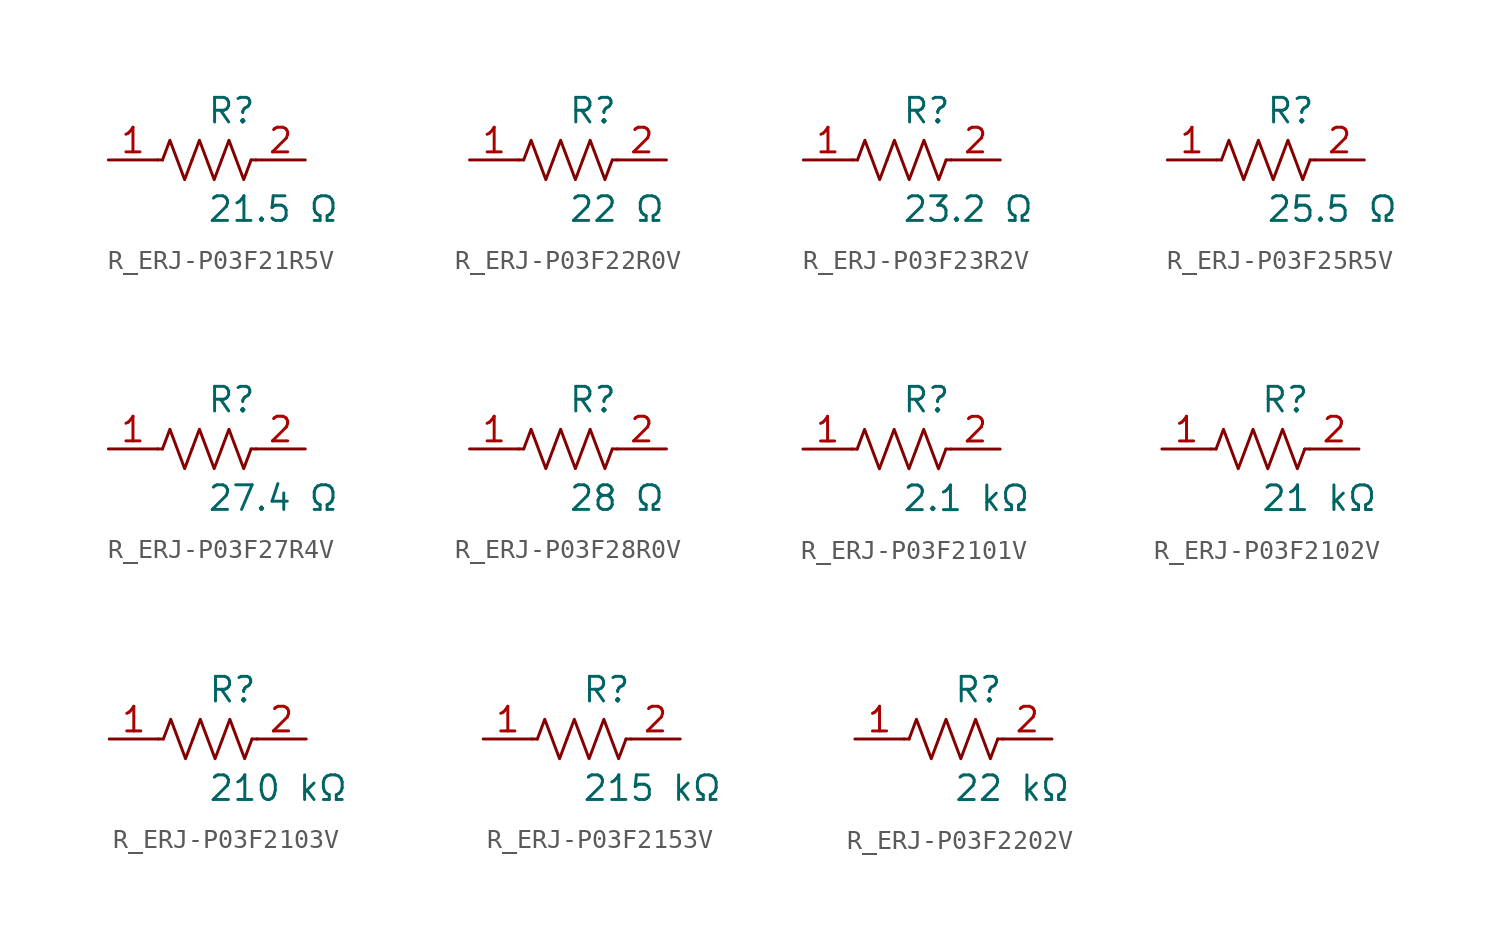
<source format=kicad_sym>
(kicad_symbol_lib
  (version 20231120)
  (generator kicad_symbol_editor)
  (generator_version 8.0)
  (symbol "R_ERJ-P03F21R5V"
    (pin_names
      (offset 0.254))
    (property "Reference" "R"
      (at 0.0 2.54 0)
      (effects (font (size 1.27 1.27)) (justify left)))
    (property "Value" "21.5 Ω"
      (at 0.0 -2.54 0)
      (effects (font (size 1.27 1.27)) (justify left)))
    (symbol "R_ERJ-P03F21R5V_0_1"
      (polyline (pts (xy 2.286 0) (xy 2.54 0)) (stroke (width 0) (type default)) (fill (type none)))
      (polyline (pts (xy -2.286 0) (xy -2.54 0)) (stroke (width 0) (type default)) (fill (type none)))
      (polyline (pts (xy 0.762 0) (xy 1.143 1.016) (xy 1.524 0) (xy 1.905 -1.016) (xy 2.286 0)) (stroke (width 0) (type default)) (fill (type none)))
      (polyline (pts (xy -0.762 0) (xy -0.381 1.016) (xy 0 0) (xy 0.381 -1.016) (xy 0.762 0)) (stroke (width 0) (type default)) (fill (type none)))
      (polyline (pts (xy -2.286 0) (xy -1.905 1.016) (xy -1.524 0) (xy -1.143 -1.016) (xy -0.762 0)) (stroke (width 0) (type default)) (fill (type none))))
    (pin unspecified line
      (at -5.08 0 0)
      (length 2.54)
      (name "" (effects (font (size 1.27 1.27))))
      (number "1" (effects (font (size 1.27 1.27)))))
    (pin unspecified line
      (at 5.08 0 180)
      (length 2.54)
      (name "" (effects (font (size 1.27 1.27))))
      (number "2" (effects (font (size 1.27 1.27))))))
  (symbol "R_ERJ-P03F22R0V"
    (pin_names
      (offset 0.254))
    (property "Reference" "R"
      (at 0.0 2.54 0)
      (effects (font (size 1.27 1.27)) (justify left)))
    (property "Value" "22 Ω"
      (at 0.0 -2.54 0)
      (effects (font (size 1.27 1.27)) (justify left)))
    (symbol "R_ERJ-P03F22R0V_0_1"
      (polyline (pts (xy 2.286 0) (xy 2.54 0)) (stroke (width 0) (type default)) (fill (type none)))
      (polyline (pts (xy -2.286 0) (xy -2.54 0)) (stroke (width 0) (type default)) (fill (type none)))
      (polyline (pts (xy 0.762 0) (xy 1.143 1.016) (xy 1.524 0) (xy 1.905 -1.016) (xy 2.286 0)) (stroke (width 0) (type default)) (fill (type none)))
      (polyline (pts (xy -0.762 0) (xy -0.381 1.016) (xy 0 0) (xy 0.381 -1.016) (xy 0.762 0)) (stroke (width 0) (type default)) (fill (type none)))
      (polyline (pts (xy -2.286 0) (xy -1.905 1.016) (xy -1.524 0) (xy -1.143 -1.016) (xy -0.762 0)) (stroke (width 0) (type default)) (fill (type none))))
    (pin unspecified line
      (at -5.08 0 0)
      (length 2.54)
      (name "" (effects (font (size 1.27 1.27))))
      (number "1" (effects (font (size 1.27 1.27)))))
    (pin unspecified line
      (at 5.08 0 180)
      (length 2.54)
      (name "" (effects (font (size 1.27 1.27))))
      (number "2" (effects (font (size 1.27 1.27))))))
  (symbol "R_ERJ-P03F23R2V"
    (pin_names
      (offset 0.254))
    (property "Reference" "R"
      (at 0.0 2.54 0)
      (effects (font (size 1.27 1.27)) (justify left)))
    (property "Value" "23.2 Ω"
      (at 0.0 -2.54 0)
      (effects (font (size 1.27 1.27)) (justify left)))
    (symbol "R_ERJ-P03F23R2V_0_1"
      (polyline (pts (xy 2.286 0) (xy 2.54 0)) (stroke (width 0) (type default)) (fill (type none)))
      (polyline (pts (xy -2.286 0) (xy -2.54 0)) (stroke (width 0) (type default)) (fill (type none)))
      (polyline (pts (xy 0.762 0) (xy 1.143 1.016) (xy 1.524 0) (xy 1.905 -1.016) (xy 2.286 0)) (stroke (width 0) (type default)) (fill (type none)))
      (polyline (pts (xy -0.762 0) (xy -0.381 1.016) (xy 0 0) (xy 0.381 -1.016) (xy 0.762 0)) (stroke (width 0) (type default)) (fill (type none)))
      (polyline (pts (xy -2.286 0) (xy -1.905 1.016) (xy -1.524 0) (xy -1.143 -1.016) (xy -0.762 0)) (stroke (width 0) (type default)) (fill (type none))))
    (pin unspecified line
      (at -5.08 0 0)
      (length 2.54)
      (name "" (effects (font (size 1.27 1.27))))
      (number "1" (effects (font (size 1.27 1.27)))))
    (pin unspecified line
      (at 5.08 0 180)
      (length 2.54)
      (name "" (effects (font (size 1.27 1.27))))
      (number "2" (effects (font (size 1.27 1.27))))))
  (symbol "R_ERJ-P03F25R5V"
    (pin_names
      (offset 0.254))
    (property "Reference" "R"
      (at 0.0 2.54 0)
      (effects (font (size 1.27 1.27)) (justify left)))
    (property "Value" "25.5 Ω"
      (at 0.0 -2.54 0)
      (effects (font (size 1.27 1.27)) (justify left)))
    (symbol "R_ERJ-P03F25R5V_0_1"
      (polyline (pts (xy 2.286 0) (xy 2.54 0)) (stroke (width 0) (type default)) (fill (type none)))
      (polyline (pts (xy -2.286 0) (xy -2.54 0)) (stroke (width 0) (type default)) (fill (type none)))
      (polyline (pts (xy 0.762 0) (xy 1.143 1.016) (xy 1.524 0) (xy 1.905 -1.016) (xy 2.286 0)) (stroke (width 0) (type default)) (fill (type none)))
      (polyline (pts (xy -0.762 0) (xy -0.381 1.016) (xy 0 0) (xy 0.381 -1.016) (xy 0.762 0)) (stroke (width 0) (type default)) (fill (type none)))
      (polyline (pts (xy -2.286 0) (xy -1.905 1.016) (xy -1.524 0) (xy -1.143 -1.016) (xy -0.762 0)) (stroke (width 0) (type default)) (fill (type none))))
    (pin unspecified line
      (at -5.08 0 0)
      (length 2.54)
      (name "" (effects (font (size 1.27 1.27))))
      (number "1" (effects (font (size 1.27 1.27)))))
    (pin unspecified line
      (at 5.08 0 180)
      (length 2.54)
      (name "" (effects (font (size 1.27 1.27))))
      (number "2" (effects (font (size 1.27 1.27))))))
  (symbol "R_ERJ-P03F27R4V"
    (pin_names
      (offset 0.254))
    (property "Reference" "R"
      (at 0.0 2.54 0)
      (effects (font (size 1.27 1.27)) (justify left)))
    (property "Value" "27.4 Ω"
      (at 0.0 -2.54 0)
      (effects (font (size 1.27 1.27)) (justify left)))
    (symbol "R_ERJ-P03F27R4V_0_1"
      (polyline (pts (xy 2.286 0) (xy 2.54 0)) (stroke (width 0) (type default)) (fill (type none)))
      (polyline (pts (xy -2.286 0) (xy -2.54 0)) (stroke (width 0) (type default)) (fill (type none)))
      (polyline (pts (xy 0.762 0) (xy 1.143 1.016) (xy 1.524 0) (xy 1.905 -1.016) (xy 2.286 0)) (stroke (width 0) (type default)) (fill (type none)))
      (polyline (pts (xy -0.762 0) (xy -0.381 1.016) (xy 0 0) (xy 0.381 -1.016) (xy 0.762 0)) (stroke (width 0) (type default)) (fill (type none)))
      (polyline (pts (xy -2.286 0) (xy -1.905 1.016) (xy -1.524 0) (xy -1.143 -1.016) (xy -0.762 0)) (stroke (width 0) (type default)) (fill (type none))))
    (pin unspecified line
      (at -5.08 0 0)
      (length 2.54)
      (name "" (effects (font (size 1.27 1.27))))
      (number "1" (effects (font (size 1.27 1.27)))))
    (pin unspecified line
      (at 5.08 0 180)
      (length 2.54)
      (name "" (effects (font (size 1.27 1.27))))
      (number "2" (effects (font (size 1.27 1.27))))))
  (symbol "R_ERJ-P03F28R0V"
    (pin_names
      (offset 0.254))
    (property "Reference" "R"
      (at 0.0 2.54 0)
      (effects (font (size 1.27 1.27)) (justify left)))
    (property "Value" "28 Ω"
      (at 0.0 -2.54 0)
      (effects (font (size 1.27 1.27)) (justify left)))
    (symbol "R_ERJ-P03F28R0V_0_1"
      (polyline (pts (xy 2.286 0) (xy 2.54 0)) (stroke (width 0) (type default)) (fill (type none)))
      (polyline (pts (xy -2.286 0) (xy -2.54 0)) (stroke (width 0) (type default)) (fill (type none)))
      (polyline (pts (xy 0.762 0) (xy 1.143 1.016) (xy 1.524 0) (xy 1.905 -1.016) (xy 2.286 0)) (stroke (width 0) (type default)) (fill (type none)))
      (polyline (pts (xy -0.762 0) (xy -0.381 1.016) (xy 0 0) (xy 0.381 -1.016) (xy 0.762 0)) (stroke (width 0) (type default)) (fill (type none)))
      (polyline (pts (xy -2.286 0) (xy -1.905 1.016) (xy -1.524 0) (xy -1.143 -1.016) (xy -0.762 0)) (stroke (width 0) (type default)) (fill (type none))))
    (pin unspecified line
      (at -5.08 0 0)
      (length 2.54)
      (name "" (effects (font (size 1.27 1.27))))
      (number "1" (effects (font (size 1.27 1.27)))))
    (pin unspecified line
      (at 5.08 0 180)
      (length 2.54)
      (name "" (effects (font (size 1.27 1.27))))
      (number "2" (effects (font (size 1.27 1.27))))))
  (symbol "R_ERJ-P03F2101V"
    (pin_names
      (offset 0.254))
    (property "Reference" "R"
      (at 0.0 2.54 0)
      (effects (font (size 1.27 1.27)) (justify left)))
    (property "Value" "2.1 kΩ"
      (at 0.0 -2.54 0)
      (effects (font (size 1.27 1.27)) (justify left)))
    (symbol "R_ERJ-P03F2101V_0_1"
      (polyline (pts (xy 2.286 0) (xy 2.54 0)) (stroke (width 0) (type default)) (fill (type none)))
      (polyline (pts (xy -2.286 0) (xy -2.54 0)) (stroke (width 0) (type default)) (fill (type none)))
      (polyline (pts (xy 0.762 0) (xy 1.143 1.016) (xy 1.524 0) (xy 1.905 -1.016) (xy 2.286 0)) (stroke (width 0) (type default)) (fill (type none)))
      (polyline (pts (xy -0.762 0) (xy -0.381 1.016) (xy 0 0) (xy 0.381 -1.016) (xy 0.762 0)) (stroke (width 0) (type default)) (fill (type none)))
      (polyline (pts (xy -2.286 0) (xy -1.905 1.016) (xy -1.524 0) (xy -1.143 -1.016) (xy -0.762 0)) (stroke (width 0) (type default)) (fill (type none))))
    (pin unspecified line
      (at -5.08 0 0)
      (length 2.54)
      (name "" (effects (font (size 1.27 1.27))))
      (number "1" (effects (font (size 1.27 1.27)))))
    (pin unspecified line
      (at 5.08 0 180)
      (length 2.54)
      (name "" (effects (font (size 1.27 1.27))))
      (number "2" (effects (font (size 1.27 1.27))))))
  (symbol "R_ERJ-P03F2102V"
    (pin_names
      (offset 0.254))
    (property "Reference" "R"
      (at 0.0 2.54 0)
      (effects (font (size 1.27 1.27)) (justify left)))
    (property "Value" "21 kΩ"
      (at 0.0 -2.54 0)
      (effects (font (size 1.27 1.27)) (justify left)))
    (symbol "R_ERJ-P03F2102V_0_1"
      (polyline (pts (xy 2.286 0) (xy 2.54 0)) (stroke (width 0) (type default)) (fill (type none)))
      (polyline (pts (xy -2.286 0) (xy -2.54 0)) (stroke (width 0) (type default)) (fill (type none)))
      (polyline (pts (xy 0.762 0) (xy 1.143 1.016) (xy 1.524 0) (xy 1.905 -1.016) (xy 2.286 0)) (stroke (width 0) (type default)) (fill (type none)))
      (polyline (pts (xy -0.762 0) (xy -0.381 1.016) (xy 0 0) (xy 0.381 -1.016) (xy 0.762 0)) (stroke (width 0) (type default)) (fill (type none)))
      (polyline (pts (xy -2.286 0) (xy -1.905 1.016) (xy -1.524 0) (xy -1.143 -1.016) (xy -0.762 0)) (stroke (width 0) (type default)) (fill (type none))))
    (pin unspecified line
      (at -5.08 0 0)
      (length 2.54)
      (name "" (effects (font (size 1.27 1.27))))
      (number "1" (effects (font (size 1.27 1.27)))))
    (pin unspecified line
      (at 5.08 0 180)
      (length 2.54)
      (name "" (effects (font (size 1.27 1.27))))
      (number "2" (effects (font (size 1.27 1.27))))))
  (symbol "R_ERJ-P03F2103V"
    (pin_names
      (offset 0.254))
    (property "Reference" "R"
      (at 0.0 2.54 0)
      (effects (font (size 1.27 1.27)) (justify left)))
    (property "Value" "210 kΩ"
      (at 0.0 -2.54 0)
      (effects (font (size 1.27 1.27)) (justify left)))
    (symbol "R_ERJ-P03F2103V_0_1"
      (polyline (pts (xy 2.286 0) (xy 2.54 0)) (stroke (width 0) (type default)) (fill (type none)))
      (polyline (pts (xy -2.286 0) (xy -2.54 0)) (stroke (width 0) (type default)) (fill (type none)))
      (polyline (pts (xy 0.762 0) (xy 1.143 1.016) (xy 1.524 0) (xy 1.905 -1.016) (xy 2.286 0)) (stroke (width 0) (type default)) (fill (type none)))
      (polyline (pts (xy -0.762 0) (xy -0.381 1.016) (xy 0 0) (xy 0.381 -1.016) (xy 0.762 0)) (stroke (width 0) (type default)) (fill (type none)))
      (polyline (pts (xy -2.286 0) (xy -1.905 1.016) (xy -1.524 0) (xy -1.143 -1.016) (xy -0.762 0)) (stroke (width 0) (type default)) (fill (type none))))
    (pin unspecified line
      (at -5.08 0 0)
      (length 2.54)
      (name "" (effects (font (size 1.27 1.27))))
      (number "1" (effects (font (size 1.27 1.27)))))
    (pin unspecified line
      (at 5.08 0 180)
      (length 2.54)
      (name "" (effects (font (size 1.27 1.27))))
      (number "2" (effects (font (size 1.27 1.27))))))
  (symbol "R_ERJ-P03F2153V"
    (pin_names
      (offset 0.254))
    (property "Reference" "R"
      (at 0.0 2.54 0)
      (effects (font (size 1.27 1.27)) (justify left)))
    (property "Value" "215 kΩ"
      (at 0.0 -2.54 0)
      (effects (font (size 1.27 1.27)) (justify left)))
    (symbol "R_ERJ-P03F2153V_0_1"
      (polyline (pts (xy 2.286 0) (xy 2.54 0)) (stroke (width 0) (type default)) (fill (type none)))
      (polyline (pts (xy -2.286 0) (xy -2.54 0)) (stroke (width 0) (type default)) (fill (type none)))
      (polyline (pts (xy 0.762 0) (xy 1.143 1.016) (xy 1.524 0) (xy 1.905 -1.016) (xy 2.286 0)) (stroke (width 0) (type default)) (fill (type none)))
      (polyline (pts (xy -0.762 0) (xy -0.381 1.016) (xy 0 0) (xy 0.381 -1.016) (xy 0.762 0)) (stroke (width 0) (type default)) (fill (type none)))
      (polyline (pts (xy -2.286 0) (xy -1.905 1.016) (xy -1.524 0) (xy -1.143 -1.016) (xy -0.762 0)) (stroke (width 0) (type default)) (fill (type none))))
    (pin unspecified line
      (at -5.08 0 0)
      (length 2.54)
      (name "" (effects (font (size 1.27 1.27))))
      (number "1" (effects (font (size 1.27 1.27)))))
    (pin unspecified line
      (at 5.08 0 180)
      (length 2.54)
      (name "" (effects (font (size 1.27 1.27))))
      (number "2" (effects (font (size 1.27 1.27))))))
  (symbol "R_ERJ-P03F2202V"
    (pin_names
      (offset 0.254))
    (property "Reference" "R"
      (at 0.0 2.54 0)
      (effects (font (size 1.27 1.27)) (justify left)))
    (property "Value" "22 kΩ"
      (at 0.0 -2.54 0)
      (effects (font (size 1.27 1.27)) (justify left)))
    (symbol "R_ERJ-P03F2202V_0_1"
      (polyline (pts (xy 2.286 0) (xy 2.54 0)) (stroke (width 0) (type default)) (fill (type none)))
      (polyline (pts (xy -2.286 0) (xy -2.54 0)) (stroke (width 0) (type default)) (fill (type none)))
      (polyline (pts (xy 0.762 0) (xy 1.143 1.016) (xy 1.524 0) (xy 1.905 -1.016) (xy 2.286 0)) (stroke (width 0) (type default)) (fill (type none)))
      (polyline (pts (xy -0.762 0) (xy -0.381 1.016) (xy 0 0) (xy 0.381 -1.016) (xy 0.762 0)) (stroke (width 0) (type default)) (fill (type none)))
      (polyline (pts (xy -2.286 0) (xy -1.905 1.016) (xy -1.524 0) (xy -1.143 -1.016) (xy -0.762 0)) (stroke (width 0) (type default)) (fill (type none))))
    (pin unspecified line
      (at -5.08 0 0)
      (length 2.54)
      (name "" (effects (font (size 1.27 1.27))))
      (number "1" (effects (font (size 1.27 1.27)))))
    (pin unspecified line
      (at 5.08 0 180)
      (length 2.54)
      (name "" (effects (font (size 1.27 1.27))))
      (number "2" (effects (font (size 1.27 1.27)))))))
</source>
